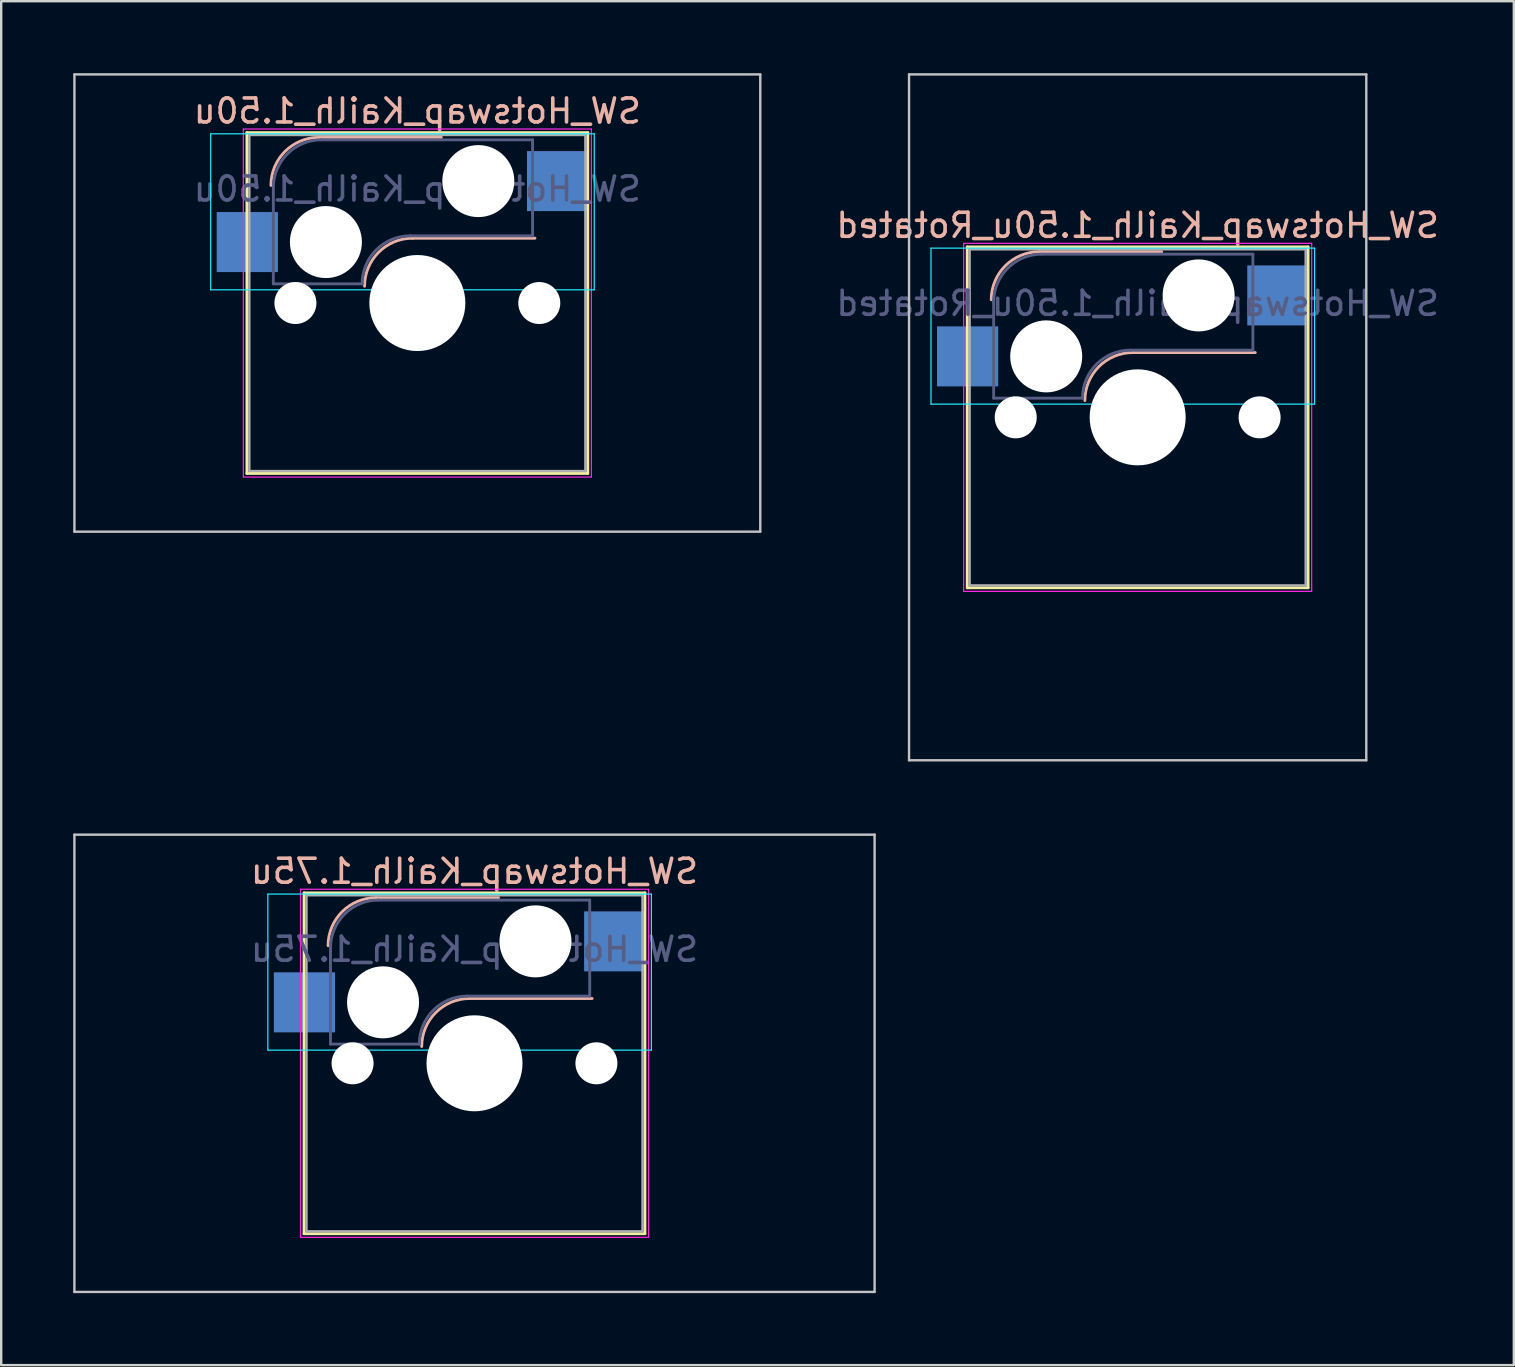
<source format=kicad_pcb>
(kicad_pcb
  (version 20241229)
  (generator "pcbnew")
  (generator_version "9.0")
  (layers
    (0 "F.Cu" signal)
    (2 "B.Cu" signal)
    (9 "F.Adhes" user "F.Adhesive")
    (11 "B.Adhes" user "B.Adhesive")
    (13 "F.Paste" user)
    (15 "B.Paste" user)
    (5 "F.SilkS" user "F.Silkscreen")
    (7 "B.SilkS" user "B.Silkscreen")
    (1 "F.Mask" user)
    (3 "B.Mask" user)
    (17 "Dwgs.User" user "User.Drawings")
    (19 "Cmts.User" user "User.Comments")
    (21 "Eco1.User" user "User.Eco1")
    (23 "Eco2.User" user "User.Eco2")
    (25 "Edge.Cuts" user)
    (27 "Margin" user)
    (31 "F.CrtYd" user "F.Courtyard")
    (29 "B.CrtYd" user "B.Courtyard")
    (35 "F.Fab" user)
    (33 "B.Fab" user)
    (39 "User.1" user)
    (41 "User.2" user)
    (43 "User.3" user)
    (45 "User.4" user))
  (footprint "SW_Hotswap_Kailh_1.75u"
    (layer "F.Cu")
    (at 16.719 41.25)
    (property "Reference" "SW_Hotswap_Kailh_1.75u" (at 0 -8 0) (layer "B.SilkS") (effects (font (size 1 1) (thickness 0.15)) (justify mirror)))
    (attr smd)
    (fp_line (start -7.1 -7.1) (end -7.1 7.1) (stroke (width 0.12) (type solid)) (layer "F.SilkS"))
    (fp_line (start -7.1 7.1) (end 7.1 7.1) (stroke (width 0.12) (type solid)) (layer "F.SilkS"))
    (fp_line (start 7.1 -7.1) (end -7.1 -7.1) (stroke (width 0.12) (type solid)) (layer "F.SilkS"))
    (fp_line (start 7.1 7.1) (end 7.1 -7.1) (stroke (width 0.12) (type solid)) (layer "F.SilkS"))
    (fp_line (start -4.1 -6.9) (end 1 -6.9) (stroke (width 0.12) (type solid)) (layer "B.SilkS"))
    (fp_line (start -0.2 -2.7) (end 4.9 -2.7) (stroke (width 0.12) (type solid)) (layer "B.SilkS"))
    (fp_arc (start -6.1 -4.9) (mid -5.514214 -6.314214) (end -4.1 -6.9) (stroke (width 0.12) (type solid)) (layer "B.SilkS"))
    (fp_arc (start -2.2 -0.7) (mid -1.614214 -2.114214) (end -0.2 -2.7) (stroke (width 0.12) (type solid)) (layer "B.SilkS"))
    (fp_line (start -16.669 -9.525) (end -16.669 9.525) (stroke (width 0.1) (type solid)) (layer "Dwgs.User"))
    (fp_line (start -16.669 9.525) (end 16.669 9.525) (stroke (width 0.1) (type solid)) (layer "Dwgs.User"))
    (fp_line (start 16.669 -9.525) (end -16.669 -9.525) (stroke (width 0.1) (type solid)) (layer "Dwgs.User"))
    (fp_line (start 16.669 9.525) (end 16.669 -9.525) (stroke (width 0.1) (type solid)) (layer "Dwgs.User"))
    (fp_line (start -8.61 -7.05) (end -8.61 -0.55) (stroke (width 0.05) (type solid)) (layer "B.CrtYd"))
    (fp_line (start -8.61 -0.55) (end 7.37 -0.55) (stroke (width 0.05) (type solid)) (layer "B.CrtYd"))
    (fp_line (start 7.37 -7.05) (end -8.61 -7.05) (stroke (width 0.05) (type solid)) (layer "B.CrtYd"))
    (fp_line (start 7.37 -0.55) (end 7.37 -7.05) (stroke (width 0.05) (type solid)) (layer "B.CrtYd"))
    (fp_line (start -7.25 -7.25) (end -7.25 7.25) (stroke (width 0.05) (type solid)) (layer "F.CrtYd"))
    (fp_line (start -7.25 7.25) (end 7.25 7.25) (stroke (width 0.05) (type solid)) (layer "F.CrtYd"))
    (fp_line (start 7.25 -7.25) (end -7.25 -7.25) (stroke (width 0.05) (type solid)) (layer "F.CrtYd"))
    (fp_line (start 7.25 7.25) (end 7.25 -7.25) (stroke (width 0.05) (type solid)) (layer "F.CrtYd"))
    (fp_line (start -6 -0.8) (end -6 -4.8) (stroke (width 0.12) (type solid)) (layer "B.Fab"))
    (fp_line (start -6 -0.8) (end -2.3 -0.8) (stroke (width 0.12) (type solid)) (layer "B.Fab"))
    (fp_line (start -4 -6.8) (end 4.8 -6.8) (stroke (width 0.12) (type solid)) (layer "B.Fab"))
    (fp_line (start -0.3 -2.8) (end 4.8 -2.8) (stroke (width 0.12) (type solid)) (layer "B.Fab"))
    (fp_line (start 4.8 -6.8) (end 4.8 -2.8) (stroke (width 0.12) (type solid)) (layer "B.Fab"))
    (fp_arc (start -6 -4.8) (mid -5.414214 -6.214214) (end -4 -6.8) (stroke (width 0.12) (type solid)) (layer "B.Fab"))
    (fp_arc (start -2.3 -0.8) (mid -1.714214 -2.214214) (end -0.3 -2.8) (stroke (width 0.12) (type solid)) (layer "B.Fab"))
    (fp_line (start -7 -7) (end -7 7) (stroke (width 0.1) (type solid)) (layer "F.Fab"))
    (fp_line (start -7 7) (end 7 7) (stroke (width 0.1) (type solid)) (layer "F.Fab"))
    (fp_line (start 7 -7) (end -7 -7) (stroke (width 0.1) (type solid)) (layer "F.Fab"))
    (fp_line (start 7 7) (end 7 -7) (stroke (width 0.1) (type solid)) (layer "F.Fab"))
    (fp_text user "${REFERENCE}" (at 0 -4.75 0) (layer "B.Fab") (effects (font (size 1 1) (thickness 0.15)) (justify mirror)))
    (pad "" np_thru_hole circle (at -5.08 0) (size 1.75 1.75) (drill 1.75) (layers "*.Cu" "*.Mask"))
    (pad "" np_thru_hole circle (at -3.81 -2.54) (size 3 3) (drill 3) (layers "*.Cu" "*.Mask"))
    (pad "" np_thru_hole circle (at 0 0) (size 4 4) (drill 4) (layers "*.Cu" "*.Mask"))
    (pad "" np_thru_hole circle (at 2.54 -5.08) (size 3 3) (drill 3) (layers "*.Cu" "*.Mask"))
    (pad "" np_thru_hole circle (at 5.08 0) (size 1.75 1.75) (drill 1.75) (layers "*.Cu" "*.Mask"))
    (pad "1" smd rect (at -7.085 -2.54) (size 2.55 2.5) (layers "B.Cu" "B.Mask" "B.Paste"))
    (pad "2" smd rect (at 5.842 -5.08) (size 2.55 2.5) (layers "B.Cu" "B.Mask" "B.Paste")))
  (footprint "SW_Hotswap_Kailh_1.50u_Rotated"
    (layer "F.Cu")
    (at 44.348 14.338)
    (property "Reference" "SW_Hotswap_Kailh_1.50u_Rotated" (at 0 -8 0) (layer "B.SilkS") (effects (font (size 1 1) (thickness 0.15)) (justify mirror)))
    (attr smd)
    (fp_line (start -7.1 -7.1) (end -7.1 7.1) (stroke (width 0.12) (type solid)) (layer "F.SilkS"))
    (fp_line (start -7.1 7.1) (end 7.1 7.1) (stroke (width 0.12) (type solid)) (layer "F.SilkS"))
    (fp_line (start 7.1 -7.1) (end -7.1 -7.1) (stroke (width 0.12) (type solid)) (layer "F.SilkS"))
    (fp_line (start 7.1 7.1) (end 7.1 -7.1) (stroke (width 0.12) (type solid)) (layer "F.SilkS"))
    (fp_line (start -4.1 -6.9) (end 1 -6.9) (stroke (width 0.12) (type solid)) (layer "B.SilkS"))
    (fp_line (start -0.2 -2.7) (end 4.9 -2.7) (stroke (width 0.12) (type solid)) (layer "B.SilkS"))
    (fp_arc (start -6.1 -4.9) (mid -5.514214 -6.314214) (end -4.1 -6.9) (stroke (width 0.12) (type solid)) (layer "B.SilkS"))
    (fp_arc (start -2.2 -0.7) (mid -1.614214 -2.114214) (end -0.2 -2.7) (stroke (width 0.12) (type solid)) (layer "B.SilkS"))
    (fp_line (start -9.525 -14.287) (end -9.525 14.287) (stroke (width 0.1) (type solid)) (layer "Dwgs.User"))
    (fp_line (start -9.525 14.287) (end 9.525 14.287) (stroke (width 0.1) (type solid)) (layer "Dwgs.User"))
    (fp_line (start 9.525 -14.287) (end -9.525 -14.287) (stroke (width 0.1) (type solid)) (layer "Dwgs.User"))
    (fp_line (start 9.525 14.287) (end 9.525 -14.287) (stroke (width 0.1) (type solid)) (layer "Dwgs.User"))
    (fp_line (start -8.61 -7.05) (end -8.61 -0.55) (stroke (width 0.05) (type solid)) (layer "B.CrtYd"))
    (fp_line (start -8.61 -0.55) (end 7.37 -0.55) (stroke (width 0.05) (type solid)) (layer "B.CrtYd"))
    (fp_line (start 7.37 -7.05) (end -8.61 -7.05) (stroke (width 0.05) (type solid)) (layer "B.CrtYd"))
    (fp_line (start 7.37 -0.55) (end 7.37 -7.05) (stroke (width 0.05) (type solid)) (layer "B.CrtYd"))
    (fp_line (start -7.25 -7.25) (end -7.25 7.25) (stroke (width 0.05) (type solid)) (layer "F.CrtYd"))
    (fp_line (start -7.25 7.25) (end 7.25 7.25) (stroke (width 0.05) (type solid)) (layer "F.CrtYd"))
    (fp_line (start 7.25 -7.25) (end -7.25 -7.25) (stroke (width 0.05) (type solid)) (layer "F.CrtYd"))
    (fp_line (start 7.25 7.25) (end 7.25 -7.25) (stroke (width 0.05) (type solid)) (layer "F.CrtYd"))
    (fp_line (start -6 -0.8) (end -6 -4.8) (stroke (width 0.12) (type solid)) (layer "B.Fab"))
    (fp_line (start -6 -0.8) (end -2.3 -0.8) (stroke (width 0.12) (type solid)) (layer "B.Fab"))
    (fp_line (start -4 -6.8) (end 4.8 -6.8) (stroke (width 0.12) (type solid)) (layer "B.Fab"))
    (fp_line (start -0.3 -2.8) (end 4.8 -2.8) (stroke (width 0.12) (type solid)) (layer "B.Fab"))
    (fp_line (start 4.8 -6.8) (end 4.8 -2.8) (stroke (width 0.12) (type solid)) (layer "B.Fab"))
    (fp_arc (start -6 -4.8) (mid -5.414214 -6.214214) (end -4 -6.8) (stroke (width 0.12) (type solid)) (layer "B.Fab"))
    (fp_arc (start -2.3 -0.8) (mid -1.714214 -2.214214) (end -0.3 -2.8) (stroke (width 0.12) (type solid)) (layer "B.Fab"))
    (fp_line (start -7 -7) (end -7 7) (stroke (width 0.1) (type solid)) (layer "F.Fab"))
    (fp_line (start -7 7) (end 7 7) (stroke (width 0.1) (type solid)) (layer "F.Fab"))
    (fp_line (start 7 -7) (end -7 -7) (stroke (width 0.1) (type solid)) (layer "F.Fab"))
    (fp_line (start 7 7) (end 7 -7) (stroke (width 0.1) (type solid)) (layer "F.Fab"))
    (fp_text user "${REFERENCE}" (at 0 -4.75 0) (layer "B.Fab") (effects (font (size 1 1) (thickness 0.15)) (justify mirror)))
    (pad "" np_thru_hole circle (at -5.08 0) (size 1.75 1.75) (drill 1.75) (layers "*.Cu" "*.Mask"))
    (pad "" np_thru_hole circle (at -3.81 -2.54) (size 3 3) (drill 3) (layers "*.Cu" "*.Mask"))
    (pad "" np_thru_hole circle (at 0 0) (size 4 4) (drill 4) (layers "*.Cu" "*.Mask"))
    (pad "" np_thru_hole circle (at 2.54 -5.08) (size 3 3) (drill 3) (layers "*.Cu" "*.Mask"))
    (pad "" np_thru_hole circle (at 5.08 0) (size 1.75 1.75) (drill 1.75) (layers "*.Cu" "*.Mask"))
    (pad "1" smd rect (at -7.085 -2.54) (size 2.55 2.5) (layers "B.Cu" "B.Mask" "B.Paste"))
    (pad "2" smd rect (at 5.842 -5.08) (size 2.55 2.5) (layers "B.Cu" "B.Mask" "B.Paste")))
  (footprint "SW_Hotswap_Kailh_1.50u"
    (layer "F.Cu")
    (at 14.338 9.575)
    (property "Reference" "SW_Hotswap_Kailh_1.50u" (at 0 -8 0) (layer "B.SilkS") (effects (font (size 1 1) (thickness 0.15)) (justify mirror)))
    (attr smd)
    (fp_line (start -7.1 -7.1) (end -7.1 7.1) (stroke (width 0.12) (type solid)) (layer "F.SilkS"))
    (fp_line (start -7.1 7.1) (end 7.1 7.1) (stroke (width 0.12) (type solid)) (layer "F.SilkS"))
    (fp_line (start 7.1 -7.1) (end -7.1 -7.1) (stroke (width 0.12) (type solid)) (layer "F.SilkS"))
    (fp_line (start 7.1 7.1) (end 7.1 -7.1) (stroke (width 0.12) (type solid)) (layer "F.SilkS"))
    (fp_line (start -4.1 -6.9) (end 1 -6.9) (stroke (width 0.12) (type solid)) (layer "B.SilkS"))
    (fp_line (start -0.2 -2.7) (end 4.9 -2.7) (stroke (width 0.12) (type solid)) (layer "B.SilkS"))
    (fp_arc (start -6.1 -4.9) (mid -5.514214 -6.314214) (end -4.1 -6.9) (stroke (width 0.12) (type solid)) (layer "B.SilkS"))
    (fp_arc (start -2.2 -0.7) (mid -1.614214 -2.114214) (end -0.2 -2.7) (stroke (width 0.12) (type solid)) (layer "B.SilkS"))
    (fp_line (start -14.287 -9.525) (end -14.287 9.525) (stroke (width 0.1) (type solid)) (layer "Dwgs.User"))
    (fp_line (start -14.287 9.525) (end 14.287 9.525) (stroke (width 0.1) (type solid)) (layer "Dwgs.User"))
    (fp_line (start 14.287 -9.525) (end -14.287 -9.525) (stroke (width 0.1) (type solid)) (layer "Dwgs.User"))
    (fp_line (start 14.287 9.525) (end 14.287 -9.525) (stroke (width 0.1) (type solid)) (layer "Dwgs.User"))
    (fp_line (start -8.61 -7.05) (end -8.61 -0.55) (stroke (width 0.05) (type solid)) (layer "B.CrtYd"))
    (fp_line (start -8.61 -0.55) (end 7.37 -0.55) (stroke (width 0.05) (type solid)) (layer "B.CrtYd"))
    (fp_line (start 7.37 -7.05) (end -8.61 -7.05) (stroke (width 0.05) (type solid)) (layer "B.CrtYd"))
    (fp_line (start 7.37 -0.55) (end 7.37 -7.05) (stroke (width 0.05) (type solid)) (layer "B.CrtYd"))
    (fp_line (start -7.25 -7.25) (end -7.25 7.25) (stroke (width 0.05) (type solid)) (layer "F.CrtYd"))
    (fp_line (start -7.25 7.25) (end 7.25 7.25) (stroke (width 0.05) (type solid)) (layer "F.CrtYd"))
    (fp_line (start 7.25 -7.25) (end -7.25 -7.25) (stroke (width 0.05) (type solid)) (layer "F.CrtYd"))
    (fp_line (start 7.25 7.25) (end 7.25 -7.25) (stroke (width 0.05) (type solid)) (layer "F.CrtYd"))
    (fp_line (start -6 -0.8) (end -6 -4.8) (stroke (width 0.12) (type solid)) (layer "B.Fab"))
    (fp_line (start -6 -0.8) (end -2.3 -0.8) (stroke (width 0.12) (type solid)) (layer "B.Fab"))
    (fp_line (start -4 -6.8) (end 4.8 -6.8) (stroke (width 0.12) (type solid)) (layer "B.Fab"))
    (fp_line (start -0.3 -2.8) (end 4.8 -2.8) (stroke (width 0.12) (type solid)) (layer "B.Fab"))
    (fp_line (start 4.8 -6.8) (end 4.8 -2.8) (stroke (width 0.12) (type solid)) (layer "B.Fab"))
    (fp_arc (start -6 -4.8) (mid -5.414214 -6.214214) (end -4 -6.8) (stroke (width 0.12) (type solid)) (layer "B.Fab"))
    (fp_arc (start -2.3 -0.8) (mid -1.714214 -2.214214) (end -0.3 -2.8) (stroke (width 0.12) (type solid)) (layer "B.Fab"))
    (fp_line (start -7 -7) (end -7 7) (stroke (width 0.1) (type solid)) (layer "F.Fab"))
    (fp_line (start -7 7) (end 7 7) (stroke (width 0.1) (type solid)) (layer "F.Fab"))
    (fp_line (start 7 -7) (end -7 -7) (stroke (width 0.1) (type solid)) (layer "F.Fab"))
    (fp_line (start 7 7) (end 7 -7) (stroke (width 0.1) (type solid)) (layer "F.Fab"))
    (fp_text user "${REFERENCE}" (at 0 -4.75 0) (layer "B.Fab") (effects (font (size 1 1) (thickness 0.15)) (justify mirror)))
    (pad "" np_thru_hole circle (at -5.08 0) (size 1.75 1.75) (drill 1.75) (layers "*.Cu" "*.Mask"))
    (pad "" np_thru_hole circle (at -3.81 -2.54) (size 3 3) (drill 3) (layers "*.Cu" "*.Mask"))
    (pad "" np_thru_hole circle (at 0 0) (size 4 4) (drill 4) (layers "*.Cu" "*.Mask"))
    (pad "" np_thru_hole circle (at 2.54 -5.08) (size 3 3) (drill 3) (layers "*.Cu" "*.Mask"))
    (pad "" np_thru_hole circle (at 5.08 0) (size 1.75 1.75) (drill 1.75) (layers "*.Cu" "*.Mask"))
    (pad "1" smd rect (at -7.085 -2.54) (size 2.55 2.5) (layers "B.Cu" "B.Mask" "B.Paste"))
    (pad "2" smd rect (at 5.842 -5.08) (size 2.55 2.5) (layers "B.Cu" "B.Mask" "B.Paste")))
  (gr_rect
    (start -3 -3)
    (end 60.02 53.825)
    (stroke (width 0.1) (type default))
    (fill no)
    (layer "Edge.Cuts")))
</source>
